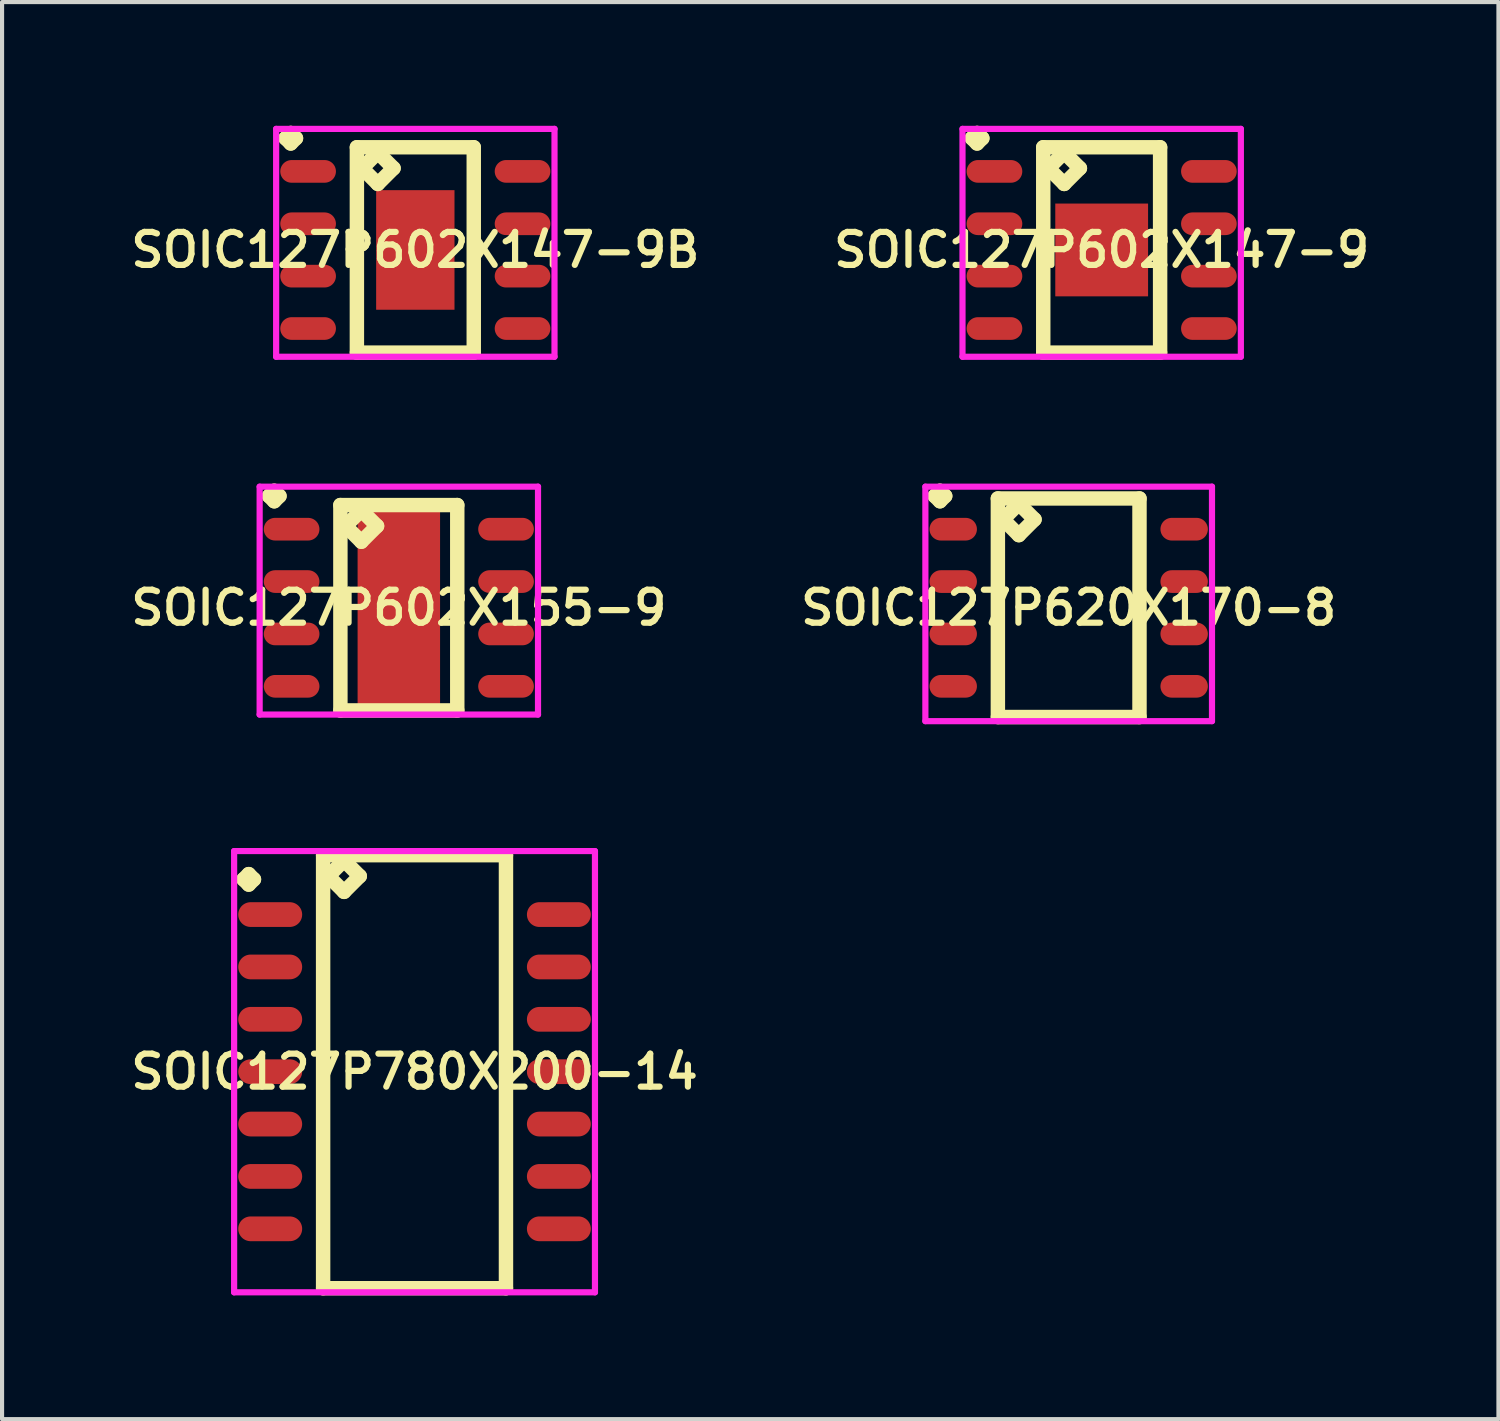
<source format=kicad_pcb>
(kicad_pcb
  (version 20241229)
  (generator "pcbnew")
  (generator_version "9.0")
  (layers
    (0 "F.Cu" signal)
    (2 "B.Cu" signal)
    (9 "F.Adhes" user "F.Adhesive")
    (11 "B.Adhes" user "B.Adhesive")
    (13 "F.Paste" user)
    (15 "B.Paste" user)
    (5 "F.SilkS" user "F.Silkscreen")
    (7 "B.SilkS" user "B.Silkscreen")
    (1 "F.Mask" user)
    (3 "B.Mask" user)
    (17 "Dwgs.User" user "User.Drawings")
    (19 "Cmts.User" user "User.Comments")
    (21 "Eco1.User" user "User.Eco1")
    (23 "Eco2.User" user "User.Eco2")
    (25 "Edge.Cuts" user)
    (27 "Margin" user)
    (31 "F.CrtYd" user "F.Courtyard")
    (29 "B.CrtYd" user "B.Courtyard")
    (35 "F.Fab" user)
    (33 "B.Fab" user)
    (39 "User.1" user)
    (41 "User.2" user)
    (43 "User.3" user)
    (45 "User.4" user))
  (footprint "SOIC127P620X170-8"
    (layer "F.Cu")
    (at 22.864 11.687)
    (property "Reference" "SOIC127P620X170-8" (at 0 0 0) (layer "F.SilkS") (effects (font (size 0.8 0.8) (thickness 0.15))))
    (attr smd)
    (fp_line (start -3.248 -2.709) (end -3.121 -2.836) (stroke (width 0.35) (type solid)) (layer "F.SilkS"))
    (fp_line (start -3.121 -2.836) (end -2.994 -2.709) (stroke (width 0.35) (type solid)) (layer "F.SilkS"))
    (fp_line (start -3.121 -2.582) (end -3.248 -2.709) (stroke (width 0.35) (type solid)) (layer "F.SilkS"))
    (fp_line (start -2.994 -2.709) (end -3.121 -2.582) (stroke (width 0.35) (type solid)) (layer "F.SilkS"))
    (fp_line (start -1.717 -2.65) (end -1.717 2.65) (stroke (width 0.35) (type solid)) (layer "F.SilkS"))
    (fp_line (start -1.717 2.65) (end 1.717 2.65) (stroke (width 0.35) (type solid)) (layer "F.SilkS"))
    (fp_line (start -1.59 -2.142) (end -1.209 -2.523) (stroke (width 0.35) (type solid)) (layer "F.SilkS"))
    (fp_line (start -1.209 -2.523) (end -0.828 -2.142) (stroke (width 0.35) (type solid)) (layer "F.SilkS"))
    (fp_line (start -1.209 -1.761) (end -1.59 -2.142) (stroke (width 0.35) (type solid)) (layer "F.SilkS"))
    (fp_line (start -0.828 -2.142) (end -1.209 -1.761) (stroke (width 0.35) (type solid)) (layer "F.SilkS"))
    (fp_line (start 1.717 -2.65) (end -1.717 -2.65) (stroke (width 0.35) (type solid)) (layer "F.SilkS"))
    (fp_line (start 1.717 2.65) (end 1.717 -2.65) (stroke (width 0.35) (type solid)) (layer "F.SilkS"))
    (fp_line (start -3.475 -2.936) (end 3.475 -2.936) (stroke (width 0.15) (type solid)) (layer "F.CrtYd"))
    (fp_line (start -3.475 2.75) (end -3.475 -2.936) (stroke (width 0.15) (type solid)) (layer "F.CrtYd"))
    (fp_line (start 3.475 -2.936) (end 3.475 2.75) (stroke (width 0.15) (type solid)) (layer "F.CrtYd"))
    (fp_line (start 3.475 2.75) (end -3.475 2.75) (stroke (width 0.15) (type solid)) (layer "F.CrtYd"))
    (pad "1" smd oval (at -2.8 -1.905) (size 1.15 0.55) (layers "F.Cu" "F.Mask" "F.Paste"))
    (pad "2" smd oval (at -2.8 -0.635) (size 1.15 0.55) (layers "F.Cu" "F.Mask" "F.Paste"))
    (pad "3" smd oval (at -2.8 0.635) (size 1.15 0.55) (layers "F.Cu" "F.Mask" "F.Paste"))
    (pad "4" smd oval (at -2.8 1.905) (size 1.15 0.55) (layers "F.Cu" "F.Mask" "F.Paste"))
    (pad "5" smd oval (at 2.8 1.905) (size 1.15 0.55) (layers "F.Cu" "F.Mask" "F.Paste"))
    (pad "6" smd oval (at 2.8 0.635) (size 1.15 0.55) (layers "F.Cu" "F.Mask" "F.Paste"))
    (pad "7" smd oval (at 2.8 -0.635) (size 1.15 0.55) (layers "F.Cu" "F.Mask" "F.Paste"))
    (pad "8" smd oval (at 2.8 -1.905) (size 1.15 0.55) (layers "F.Cu" "F.Mask" "F.Paste")))
  (footprint "SOIC127P602X155-9"
    (layer "F.Cu")
    (at 6.621 11.687)
    (property "Reference" "SOIC127P602X155-9" (at 0 0 0) (layer "F.SilkS") (effects (font (size 0.8 0.8) (thickness 0.15))))
    (attr through_hole)
    (fp_line (start -3.148 -2.709) (end -3.021 -2.836) (stroke (width 0.35) (type solid)) (layer "F.SilkS"))
    (fp_line (start -3.021 -2.836) (end -2.894 -2.709) (stroke (width 0.35) (type solid)) (layer "F.SilkS"))
    (fp_line (start -3.021 -2.582) (end -3.148 -2.709) (stroke (width 0.35) (type solid)) (layer "F.SilkS"))
    (fp_line (start -2.894 -2.709) (end -3.021 -2.582) (stroke (width 0.35) (type solid)) (layer "F.SilkS"))
    (fp_line (start -1.417 -2.49) (end -1.417 2.49) (stroke (width 0.35) (type solid)) (layer "F.SilkS"))
    (fp_line (start -1.417 2.49) (end 1.417 2.49) (stroke (width 0.35) (type solid)) (layer "F.SilkS"))
    (fp_line (start -1.29 -1.982) (end -0.909 -2.363) (stroke (width 0.35) (type solid)) (layer "F.SilkS"))
    (fp_line (start -0.909 -2.363) (end -0.528 -1.982) (stroke (width 0.35) (type solid)) (layer "F.SilkS"))
    (fp_line (start -0.909 -1.601) (end -1.29 -1.982) (stroke (width 0.35) (type solid)) (layer "F.SilkS"))
    (fp_line (start -0.528 -1.982) (end -0.909 -1.601) (stroke (width 0.35) (type solid)) (layer "F.SilkS"))
    (fp_line (start 1.417 -2.49) (end -1.417 -2.49) (stroke (width 0.35) (type solid)) (layer "F.SilkS"))
    (fp_line (start 1.417 2.49) (end 1.417 -2.49) (stroke (width 0.35) (type solid)) (layer "F.SilkS"))
    (fp_line (start -3.375 -2.936) (end 3.375 -2.936) (stroke (width 0.15) (type solid)) (layer "F.CrtYd"))
    (fp_line (start -3.375 2.59) (end -3.375 -2.936) (stroke (width 0.15) (type solid)) (layer "F.CrtYd"))
    (fp_line (start 3.375 -2.936) (end 3.375 2.59) (stroke (width 0.15) (type solid)) (layer "F.CrtYd"))
    (fp_line (start 3.375 2.59) (end -3.375 2.59) (stroke (width 0.15) (type solid)) (layer "F.CrtYd"))
    (pad "1" smd oval (at -2.6 -1.905) (size 1.35 0.55) (layers "F.Cu" "F.Mask" "F.Paste"))
    (pad "2" smd oval (at -2.6 -0.635) (size 1.35 0.55) (layers "F.Cu" "F.Mask" "F.Paste"))
    (pad "3" smd oval (at -2.6 0.635) (size 1.35 0.55) (layers "F.Cu" "F.Mask" "F.Paste"))
    (pad "4" smd oval (at -2.6 1.905) (size 1.35 0.55) (layers "F.Cu" "F.Mask" "F.Paste"))
    (pad "5" smd oval (at 2.6 1.905) (size 1.35 0.55) (layers "F.Cu" "F.Mask" "F.Paste"))
    (pad "6" smd oval (at 2.6 0.635) (size 1.35 0.55) (layers "F.Cu" "F.Mask" "F.Paste"))
    (pad "7" smd oval (at 2.6 -0.635) (size 1.35 0.55) (layers "F.Cu" "F.Mask" "F.Paste"))
    (pad "8" smd oval (at 2.6 -1.905) (size 1.35 0.55) (layers "F.Cu" "F.Mask" "F.Paste"))
    (pad "9" smd rect (at 0 0) (size 2 4.95) (layers "F.Cu" "F.Mask" "F.Paste")))
  (footprint "SOIC127P780X200-14"
    (layer "F.Cu")
    (at 7.002 22.937)
    (property "Reference" "SOIC127P780X200-14" (at 0 0 0) (layer "F.SilkS") (effects (font (size 0.8 0.8) (thickness 0.15))))
    (attr smd)
    (fp_line (start -4.148 -4.664) (end -4.021 -4.791) (stroke (width 0.35) (type solid)) (layer "F.SilkS"))
    (fp_line (start -4.021 -4.791) (end -3.894 -4.664) (stroke (width 0.35) (type solid)) (layer "F.SilkS"))
    (fp_line (start -4.021 -4.537) (end -4.148 -4.664) (stroke (width 0.35) (type solid)) (layer "F.SilkS"))
    (fp_line (start -3.894 -4.664) (end -4.021 -4.537) (stroke (width 0.35) (type solid)) (layer "F.SilkS"))
    (fp_line (start -2.217 -5.25) (end -2.217 5.25) (stroke (width 0.35) (type solid)) (layer "F.SilkS"))
    (fp_line (start -2.217 5.25) (end 2.217 5.25) (stroke (width 0.35) (type solid)) (layer "F.SilkS"))
    (fp_line (start -2.09 -4.742) (end -1.709 -5.123) (stroke (width 0.35) (type solid)) (layer "F.SilkS"))
    (fp_line (start -1.709 -5.123) (end -1.328 -4.742) (stroke (width 0.35) (type solid)) (layer "F.SilkS"))
    (fp_line (start -1.709 -4.361) (end -2.09 -4.742) (stroke (width 0.35) (type solid)) (layer "F.SilkS"))
    (fp_line (start -1.328 -4.742) (end -1.709 -4.361) (stroke (width 0.35) (type solid)) (layer "F.SilkS"))
    (fp_line (start 2.217 -5.25) (end -2.217 -5.25) (stroke (width 0.35) (type solid)) (layer "F.SilkS"))
    (fp_line (start 2.217 5.25) (end 2.217 -5.25) (stroke (width 0.35) (type solid)) (layer "F.SilkS"))
    (fp_line (start -4.375 -5.35) (end 4.375 -5.35) (stroke (width 0.15) (type solid)) (layer "F.CrtYd"))
    (fp_line (start -4.375 5.35) (end -4.375 -5.35) (stroke (width 0.15) (type solid)) (layer "F.CrtYd"))
    (fp_line (start 4.375 -5.35) (end 4.375 5.35) (stroke (width 0.15) (type solid)) (layer "F.CrtYd"))
    (fp_line (start 4.375 5.35) (end -4.375 5.35) (stroke (width 0.15) (type solid)) (layer "F.CrtYd"))
    (pad "1" smd oval (at -3.5 -3.81) (size 1.55 0.6) (layers "F.Cu" "F.Mask" "F.Paste"))
    (pad "2" smd oval (at -3.5 -2.54) (size 1.55 0.6) (layers "F.Cu" "F.Mask" "F.Paste"))
    (pad "3" smd oval (at -3.5 -1.27) (size 1.55 0.6) (layers "F.Cu" "F.Mask" "F.Paste"))
    (pad "4" smd oval (at -3.5 0) (size 1.55 0.6) (layers "F.Cu" "F.Mask" "F.Paste"))
    (pad "5" smd oval (at -3.5 1.27) (size 1.55 0.6) (layers "F.Cu" "F.Mask" "F.Paste"))
    (pad "6" smd oval (at -3.5 2.54) (size 1.55 0.6) (layers "F.Cu" "F.Mask" "F.Paste"))
    (pad "7" smd oval (at -3.5 3.81) (size 1.55 0.6) (layers "F.Cu" "F.Mask" "F.Paste"))
    (pad "8" smd oval (at 3.5 3.81) (size 1.55 0.6) (layers "F.Cu" "F.Mask" "F.Paste"))
    (pad "9" smd oval (at 3.5 2.54) (size 1.55 0.6) (layers "F.Cu" "F.Mask" "F.Paste"))
    (pad "10" smd oval (at 3.5 1.27) (size 1.55 0.6) (layers "F.Cu" "F.Mask" "F.Paste"))
    (pad "11" smd oval (at 3.5 0) (size 1.55 0.6) (layers "F.Cu" "F.Mask" "F.Paste"))
    (pad "12" smd oval (at 3.5 -1.27) (size 1.55 0.6) (layers "F.Cu" "F.Mask" "F.Paste"))
    (pad "13" smd oval (at 3.5 -2.54) (size 1.55 0.6) (layers "F.Cu" "F.Mask" "F.Paste"))
    (pad "14" smd oval (at 3.5 -3.81) (size 1.55 0.6) (layers "F.Cu" "F.Mask" "F.Paste")))
  (footprint "SOIC127P602X147-9B"
    (layer "F.Cu")
    (at 7.021 3.011)
    (property "Reference" "SOIC127P602X147-9B" (at 0 0 0) (layer "F.SilkS") (effects (font (size 0.8 0.8) (thickness 0.15))))
    (attr smd)
    (fp_line (start -3.148 -2.709) (end -3.021 -2.836) (stroke (width 0.35) (type solid)) (layer "F.SilkS"))
    (fp_line (start -3.021 -2.836) (end -2.894 -2.709) (stroke (width 0.35) (type solid)) (layer "F.SilkS"))
    (fp_line (start -3.021 -2.582) (end -3.148 -2.709) (stroke (width 0.35) (type solid)) (layer "F.SilkS"))
    (fp_line (start -2.894 -2.709) (end -3.021 -2.582) (stroke (width 0.35) (type solid)) (layer "F.SilkS"))
    (fp_line (start -1.417 -2.49) (end -1.417 2.49) (stroke (width 0.35) (type solid)) (layer "F.SilkS"))
    (fp_line (start -1.417 2.49) (end 1.417 2.49) (stroke (width 0.35) (type solid)) (layer "F.SilkS"))
    (fp_line (start -1.29 -1.982) (end -0.909 -2.363) (stroke (width 0.35) (type solid)) (layer "F.SilkS"))
    (fp_line (start -0.909 -2.363) (end -0.528 -1.982) (stroke (width 0.35) (type solid)) (layer "F.SilkS"))
    (fp_line (start -0.909 -1.601) (end -1.29 -1.982) (stroke (width 0.35) (type solid)) (layer "F.SilkS"))
    (fp_line (start -0.528 -1.982) (end -0.909 -1.601) (stroke (width 0.35) (type solid)) (layer "F.SilkS"))
    (fp_line (start 1.417 -2.49) (end -1.417 -2.49) (stroke (width 0.35) (type solid)) (layer "F.SilkS"))
    (fp_line (start 1.417 2.49) (end 1.417 -2.49) (stroke (width 0.35) (type solid)) (layer "F.SilkS"))
    (fp_line (start -3.375 -2.936) (end 3.375 -2.936) (stroke (width 0.15) (type solid)) (layer "F.CrtYd"))
    (fp_line (start -3.375 2.59) (end -3.375 -2.936) (stroke (width 0.15) (type solid)) (layer "F.CrtYd"))
    (fp_line (start 3.375 -2.936) (end 3.375 2.59) (stroke (width 0.15) (type solid)) (layer "F.CrtYd"))
    (fp_line (start 3.375 2.59) (end -3.375 2.59) (stroke (width 0.15) (type solid)) (layer "F.CrtYd"))
    (pad "1" smd oval (at -2.6 -1.905) (size 1.35 0.55) (layers "F.Cu" "F.Mask" "F.Paste"))
    (pad "2" smd oval (at -2.6 -0.635) (size 1.35 0.55) (layers "F.Cu" "F.Mask" "F.Paste"))
    (pad "3" smd oval (at -2.6 0.635) (size 1.35 0.55) (layers "F.Cu" "F.Mask" "F.Paste"))
    (pad "4" smd oval (at -2.6 1.905) (size 1.35 0.55) (layers "F.Cu" "F.Mask" "F.Paste"))
    (pad "5" smd oval (at 2.6 1.905) (size 1.35 0.55) (layers "F.Cu" "F.Mask" "F.Paste"))
    (pad "6" smd oval (at 2.6 0.635) (size 1.35 0.55) (layers "F.Cu" "F.Mask" "F.Paste"))
    (pad "7" smd oval (at 2.6 -0.635) (size 1.35 0.55) (layers "F.Cu" "F.Mask" "F.Paste"))
    (pad "8" smd oval (at 2.6 -1.905) (size 1.35 0.55) (layers "F.Cu" "F.Mask" "F.Paste"))
    (pad "9" smd rect (at 0 0) (size 1.9 2.9) (layers "F.Cu" "F.Mask" "F.Paste")))
  (footprint "SOIC127P602X147-9"
    (layer "F.Cu")
    (at 23.664 3.011)
    (property "Reference" "SOIC127P602X147-9" (at 0 0 0) (layer "F.SilkS") (effects (font (size 0.8 0.8) (thickness 0.15))))
    (attr through_hole)
    (fp_line (start -3.148 -2.709) (end -3.021 -2.836) (stroke (width 0.35) (type solid)) (layer "F.SilkS"))
    (fp_line (start -3.021 -2.836) (end -2.894 -2.709) (stroke (width 0.35) (type solid)) (layer "F.SilkS"))
    (fp_line (start -3.021 -2.582) (end -3.148 -2.709) (stroke (width 0.35) (type solid)) (layer "F.SilkS"))
    (fp_line (start -2.894 -2.709) (end -3.021 -2.582) (stroke (width 0.35) (type solid)) (layer "F.SilkS"))
    (fp_line (start -1.417 -2.49) (end -1.417 2.49) (stroke (width 0.35) (type solid)) (layer "F.SilkS"))
    (fp_line (start -1.417 2.49) (end 1.417 2.49) (stroke (width 0.35) (type solid)) (layer "F.SilkS"))
    (fp_line (start -1.29 -1.982) (end -0.909 -2.363) (stroke (width 0.35) (type solid)) (layer "F.SilkS"))
    (fp_line (start -0.909 -2.363) (end -0.528 -1.982) (stroke (width 0.35) (type solid)) (layer "F.SilkS"))
    (fp_line (start -0.909 -1.601) (end -1.29 -1.982) (stroke (width 0.35) (type solid)) (layer "F.SilkS"))
    (fp_line (start -0.528 -1.982) (end -0.909 -1.601) (stroke (width 0.35) (type solid)) (layer "F.SilkS"))
    (fp_line (start 1.417 -2.49) (end -1.417 -2.49) (stroke (width 0.35) (type solid)) (layer "F.SilkS"))
    (fp_line (start 1.417 2.49) (end 1.417 -2.49) (stroke (width 0.35) (type solid)) (layer "F.SilkS"))
    (fp_line (start -3.375 -2.936) (end 3.375 -2.936) (stroke (width 0.15) (type solid)) (layer "F.CrtYd"))
    (fp_line (start -3.375 2.59) (end -3.375 -2.936) (stroke (width 0.15) (type solid)) (layer "F.CrtYd"))
    (fp_line (start 3.375 -2.936) (end 3.375 2.59) (stroke (width 0.15) (type solid)) (layer "F.CrtYd"))
    (fp_line (start 3.375 2.59) (end -3.375 2.59) (stroke (width 0.15) (type solid)) (layer "F.CrtYd"))
    (pad "1" smd oval (at -2.6 -1.905) (size 1.35 0.55) (layers "F.Cu" "F.Mask" "F.Paste"))
    (pad "2" smd oval (at -2.6 -0.635) (size 1.35 0.55) (layers "F.Cu" "F.Mask" "F.Paste"))
    (pad "3" smd oval (at -2.6 0.635) (size 1.35 0.55) (layers "F.Cu" "F.Mask" "F.Paste"))
    (pad "4" smd oval (at -2.6 1.905) (size 1.35 0.55) (layers "F.Cu" "F.Mask" "F.Paste"))
    (pad "5" smd oval (at 2.6 1.905) (size 1.35 0.55) (layers "F.Cu" "F.Mask" "F.Paste"))
    (pad "6" smd oval (at 2.6 0.635) (size 1.35 0.55) (layers "F.Cu" "F.Mask" "F.Paste"))
    (pad "7" smd oval (at 2.6 -0.635) (size 1.35 0.55) (layers "F.Cu" "F.Mask" "F.Paste"))
    (pad "8" smd oval (at 2.6 -1.905) (size 1.35 0.55) (layers "F.Cu" "F.Mask" "F.Paste"))
    (pad "9" smd rect (at 0 0) (size 2.25 2.25) (layers "F.Cu" "F.Mask" "F.Paste")))
  (gr_rect
    (start -3 -3)
    (end 33.285 31.362)
    (stroke (width 0.1) (type default))
    (fill no)
    (layer "Edge.Cuts")))
</source>
